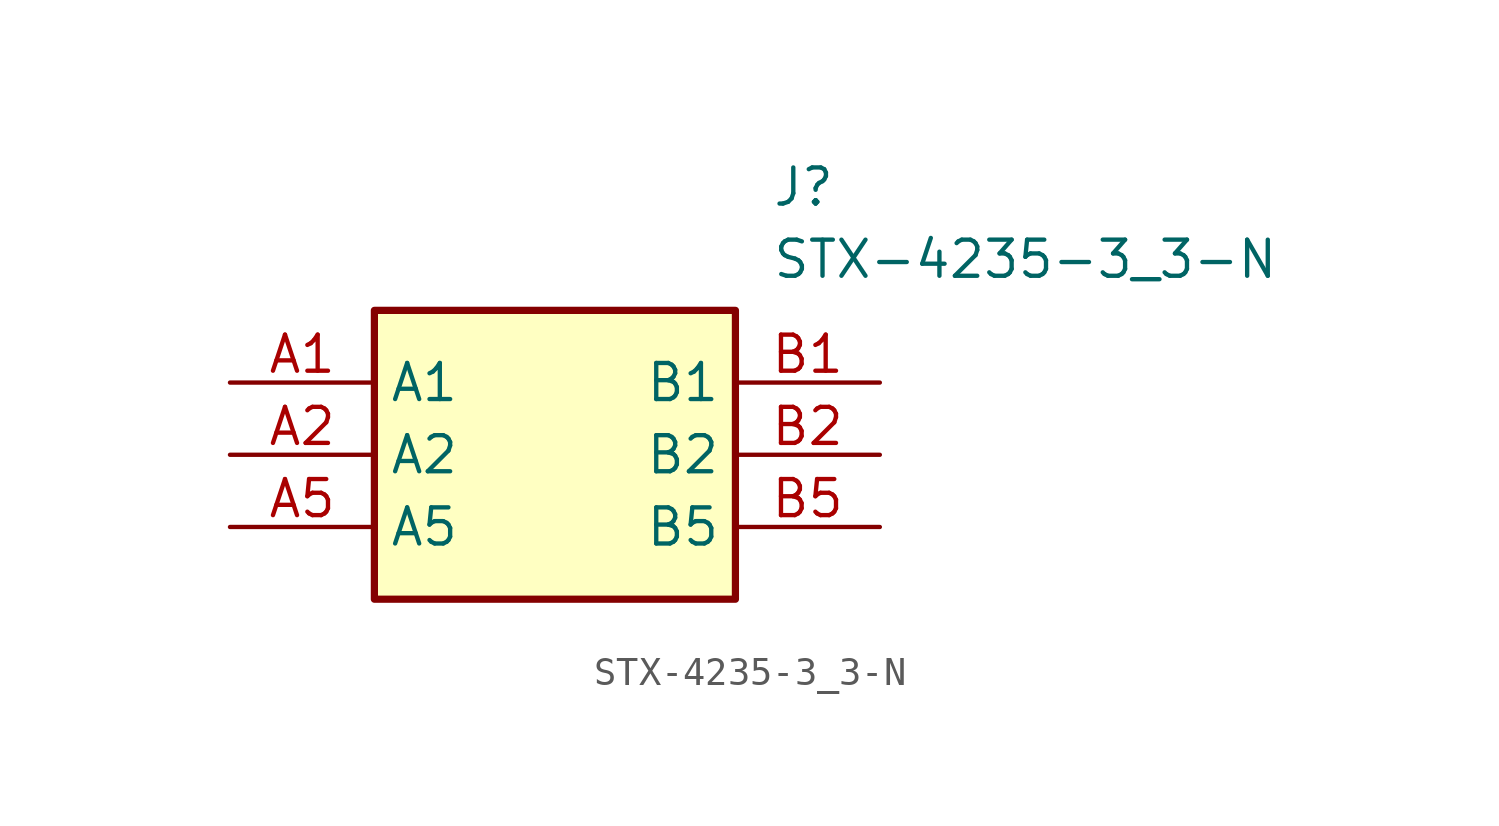
<source format=kicad_sym>
(kicad_symbol_lib
  (version 20211014)
  (generator SamacSys_ECAD_Model)
  (symbol "STX-4235-3_3-N"
    (property "Reference" "J"
      (at 19.05 7.62 0)
      (effects (font (size 1.27 1.27)) (justify left top)))
    (property "Value" "STX-4235-3_3-N"
      (at 19.05 5.08 0)
      (effects (font (size 1.27 1.27)) (justify left top)))
    (rectangle
      (start 5.08 2.54)
      (end 17.78 -7.62)
      (stroke (width 0.254) (type default))
      (fill (type background)))
    (pin passive line
      (at 0 0 0)
      (length 5.08)
      (name "A1" (effects (font (size 1.27 1.27))))
      (number "A1" (effects (font (size 1.27 1.27)))))
    (pin passive line
      (at 0 -2.54 0)
      (length 5.08)
      (name "A2" (effects (font (size 1.27 1.27))))
      (number "A2" (effects (font (size 1.27 1.27)))))
    (pin passive line
      (at 0 -5.08 0)
      (length 5.08)
      (name "A5" (effects (font (size 1.27 1.27))))
      (number "A5" (effects (font (size 1.27 1.27)))))
    (pin passive line
      (at 22.86 0 180)
      (length 5.08)
      (name "B1" (effects (font (size 1.27 1.27))))
      (number "B1" (effects (font (size 1.27 1.27)))))
    (pin passive line
      (at 22.86 -2.54 180)
      (length 5.08)
      (name "B2" (effects (font (size 1.27 1.27))))
      (number "B2" (effects (font (size 1.27 1.27)))))
    (pin passive line
      (at 22.86 -5.08 180)
      (length 5.08)
      (name "B5" (effects (font (size 1.27 1.27))))
      (number "B5" (effects (font (size 1.27 1.27)))))))
</source>
